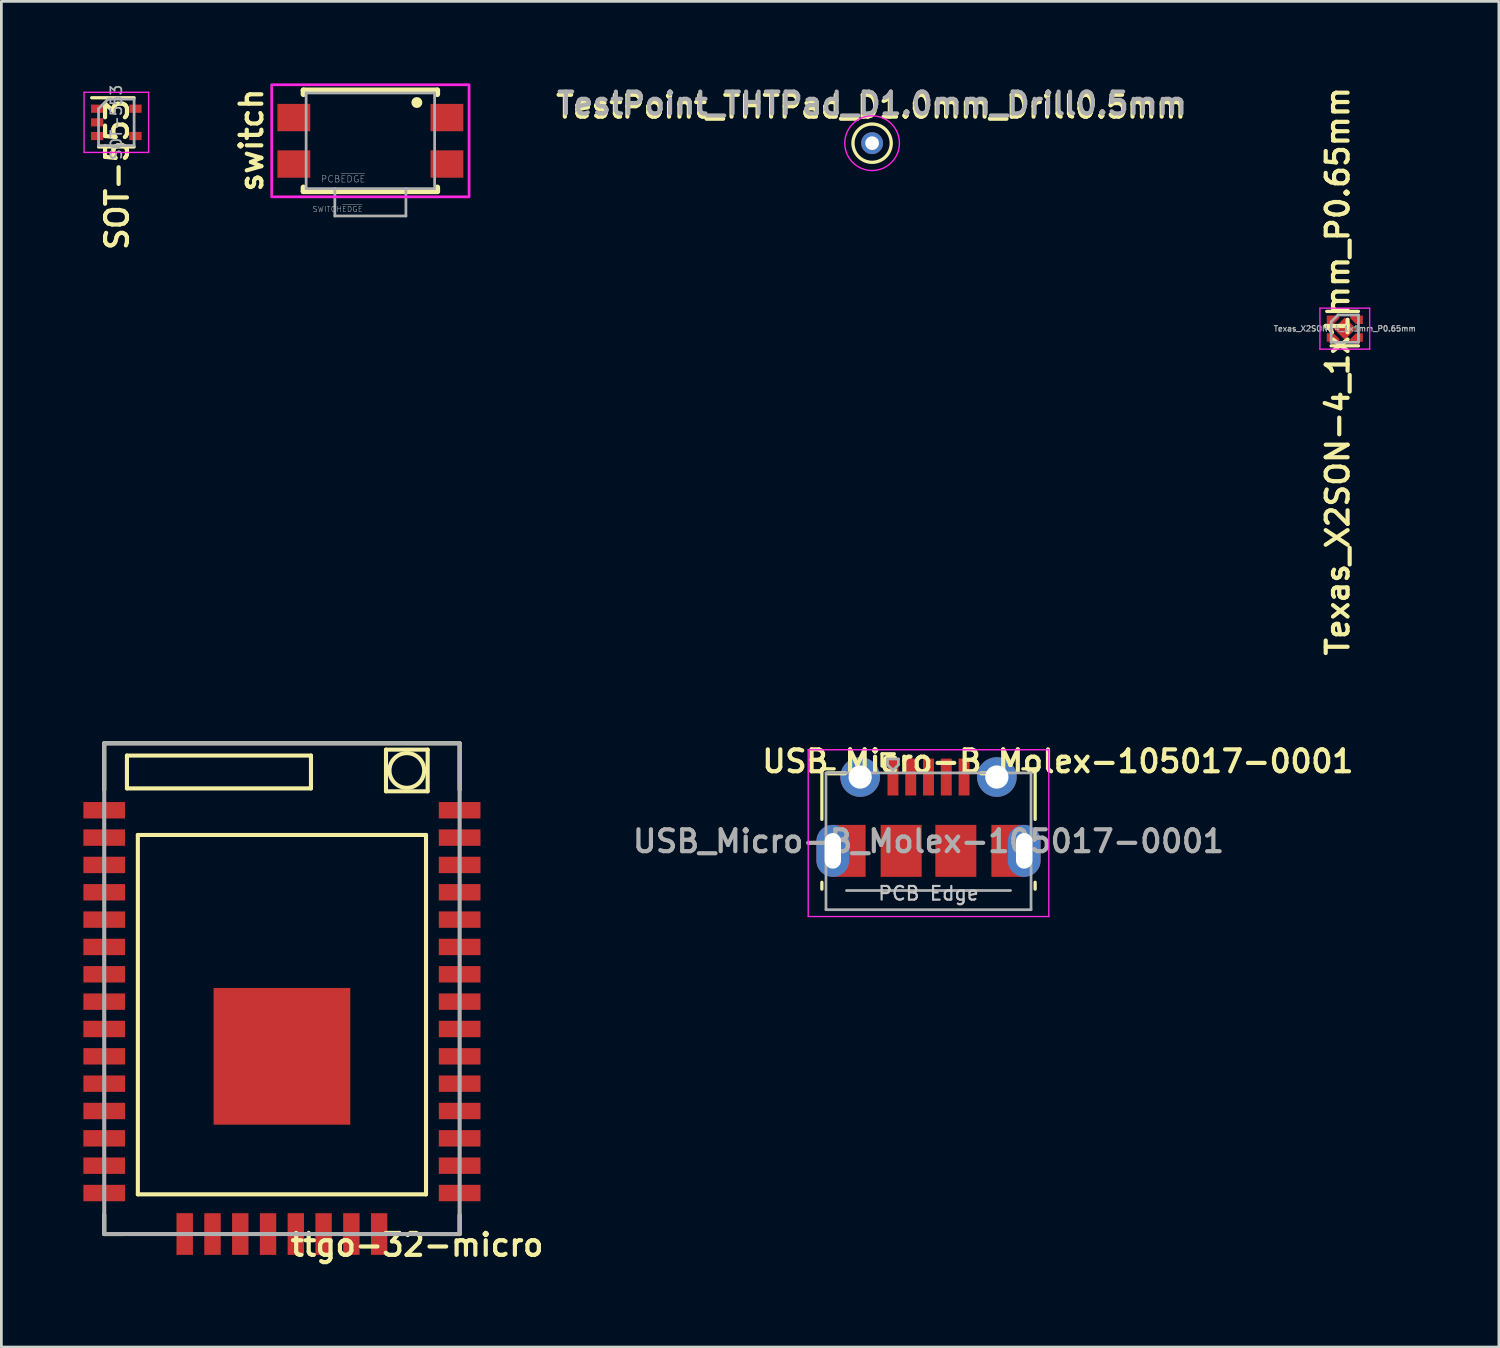
<source format=kicad_pcb>
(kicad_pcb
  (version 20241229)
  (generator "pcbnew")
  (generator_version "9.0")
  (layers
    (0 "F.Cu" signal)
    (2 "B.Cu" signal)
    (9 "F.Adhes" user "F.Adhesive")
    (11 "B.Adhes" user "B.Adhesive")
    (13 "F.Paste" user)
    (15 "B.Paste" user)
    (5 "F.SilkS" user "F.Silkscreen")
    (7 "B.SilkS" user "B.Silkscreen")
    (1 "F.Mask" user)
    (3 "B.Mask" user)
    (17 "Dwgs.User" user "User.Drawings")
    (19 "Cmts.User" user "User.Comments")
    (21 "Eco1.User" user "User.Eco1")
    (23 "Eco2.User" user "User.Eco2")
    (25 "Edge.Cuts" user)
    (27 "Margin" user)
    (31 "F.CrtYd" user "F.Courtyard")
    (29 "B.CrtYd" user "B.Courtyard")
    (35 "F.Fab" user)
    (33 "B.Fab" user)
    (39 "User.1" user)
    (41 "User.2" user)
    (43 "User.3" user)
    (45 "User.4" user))
  (footprint "switch"
    (layer "F.Cu")
    (at 10.497 2.1)
    (property "Reference" "switch" (at -4.35 -0.025 90) (layer "F.SilkS") (effects (font (size 0.8 0.8) (thickness 0.153))))
    (attr through_hole)
    (fp_line (start -2.45 -1.85) (end 2.45 -1.85) (stroke (width 0.2) (type solid)) (layer "F.SilkS"))
    (fp_line (start -2.45 -1.7) (end -2.45 -1.85) (stroke (width 0.2) (type solid)) (layer "F.SilkS"))
    (fp_line (start -2.45 1.7) (end -2.45 1.85) (stroke (width 0.2) (type solid)) (layer "F.SilkS"))
    (fp_line (start -2.45 1.85) (end 2.45 1.85) (stroke (width 0.2) (type solid)) (layer "F.SilkS"))
    (fp_line (start 2.45 -1.85) (end 2.45 -1.7) (stroke (width 0.2) (type solid)) (layer "F.SilkS"))
    (fp_line (start 2.45 1.85) (end 2.45 1.7) (stroke (width 0.2) (type solid)) (layer "F.SilkS"))
    (fp_circle (center 1.7 -1.4) (end 1.8 -1.4) (stroke (width 0.2) (type solid)) (fill no) (layer "F.SilkS"))
    (fp_poly (pts (xy -3.61 -2.05) (xy 3.61 -2.05) (xy 3.61 2.05) (xy -3.61 2.05)) (stroke (width 0.1) (type solid)) (fill no) (layer "F.CrtYd"))
    (fp_line (start -2.35 -1.75) (end -2.35 1.75) (stroke (width 0.1) (type solid)) (layer "F.Fab"))
    (fp_line (start -1.3 1.75) (end -1.3 2.75) (stroke (width 0.1) (type solid)) (layer "F.Fab"))
    (fp_line (start -1.3 2.75) (end 1.3 2.75) (stroke (width 0.1) (type solid)) (layer "F.Fab"))
    (fp_line (start 1.3 2.75) (end 1.3 1.75) (stroke (width 0.1) (type solid)) (layer "F.Fab"))
    (fp_line (start 2.35 -1.75) (end -2.35 -1.75) (stroke (width 0.1) (type solid)) (layer "F.Fab"))
    (fp_line (start 2.35 1.75) (end -2.35 1.75) (stroke (width 0.1) (type solid)) (layer "F.Fab"))
    (fp_line (start 2.35 1.75) (end 2.35 -1.75) (stroke (width 0.1) (type solid)) (layer "F.Fab"))
    (fp_text user "SWITCH~{EDGE}" (at -1.2 2.5 0) (layer "Dwgs.User") (effects (font (size 0.2 0.2) (thickness 0.015))))
    (fp_text user "PCB~{EDGE}" (at -1 1.4 0) (layer "Dwgs.User") (effects (font (size 0.24 0.24) (thickness 0.015))))
    (pad "1" smd rect (at 2.8 -0.85) (size 1.2 1) (layers "F.Cu" "F.Mask" "F.Paste"))
    (pad "2" smd rect (at 2.8 0.85) (size 1.2 1) (layers "F.Cu" "F.Mask" "F.Paste"))
    (pad "3" smd rect (at -2.8 -0.85) (size 1.2 1) (layers "F.Cu" "F.Mask" "F.Paste"))
    (pad "4" smd rect (at -2.8 0.85) (size 1.2 1) (layers "F.Cu" "F.Mask" "F.Paste")))
  (footprint "USB_Micro-B_Molex-105017-0001"
    (layer "F.Cu")
    (at 30.911 26.833)
    (property "Reference" "USB_Micro-B_Molex-105017-0001" (at 4.732 -2.036 0) (layer "F.SilkS") (effects (font (size 0.8 0.8) (thickness 0.153))))
    (attr smd)
    (fp_line (start -3.9 -1.762) (end -3.45 -1.762) (stroke (width 0.12) (type solid)) (layer "F.SilkS"))
    (fp_line (start -3.9 0.087) (end -3.9 -1.762) (stroke (width 0.12) (type solid)) (layer "F.SilkS"))
    (fp_line (start -3.9 2.638) (end -3.9 2.388) (stroke (width 0.12) (type solid)) (layer "F.SilkS"))
    (fp_line (start -1.7 -2.312) (end -1.7 -1.863) (stroke (width 0.12) (type solid)) (layer "F.SilkS"))
    (fp_line (start -1.7 -2.312) (end -1.25 -2.312) (stroke (width 0.12) (type solid)) (layer "F.SilkS"))
    (fp_line (start 3.9 -1.762) (end 3.45 -1.762) (stroke (width 0.12) (type solid)) (layer "F.SilkS"))
    (fp_line (start 3.9 0.087) (end 3.9 -1.762) (stroke (width 0.12) (type solid)) (layer "F.SilkS"))
    (fp_line (start 3.9 2.638) (end 3.9 2.388) (stroke (width 0.12) (type solid)) (layer "F.SilkS"))
    (fp_line (start -4.4 -2.46) (end 4.4 -2.46) (stroke (width 0.05) (type solid)) (layer "F.CrtYd"))
    (fp_line (start -4.4 3.64) (end -4.4 -2.46) (stroke (width 0.05) (type solid)) (layer "F.CrtYd"))
    (fp_line (start -4.4 3.64) (end 4.4 3.64) (stroke (width 0.05) (type solid)) (layer "F.CrtYd"))
    (fp_line (start 4.4 -2.46) (end 4.4 3.64) (stroke (width 0.05) (type solid)) (layer "F.CrtYd"))
    (fp_line (start -3.75 -1.613) (end 3.75 -1.613) (stroke (width 0.1) (type solid)) (layer "F.Fab"))
    (fp_line (start -3.75 3.388) (end -3.75 -1.613) (stroke (width 0.1) (type solid)) (layer "F.Fab"))
    (fp_line (start -3.75 3.389) (end 3.75 3.389) (stroke (width 0.1) (type solid)) (layer "F.Fab"))
    (fp_line (start -3 2.689) (end 3 2.689) (stroke (width 0.1) (type solid)) (layer "F.Fab"))
    (fp_line (start -1.5 -2.123) (end -1.5 -1.913) (stroke (width 0.1) (type solid)) (layer "F.Fab"))
    (fp_line (start -1.5 -2.123) (end -1.1 -2.123) (stroke (width 0.1) (type solid)) (layer "F.Fab"))
    (fp_line (start -1.3 -1.712) (end -1.5 -1.913) (stroke (width 0.1) (type solid)) (layer "F.Fab"))
    (fp_line (start -1.1 -2.123) (end -1.1 -1.913) (stroke (width 0.1) (type solid)) (layer "F.Fab"))
    (fp_line (start -1.1 -1.913) (end -1.3 -1.712) (stroke (width 0.1) (type solid)) (layer "F.Fab"))
    (fp_line (start 3.75 3.388) (end 3.75 -1.613) (stroke (width 0.1) (type solid)) (layer "F.Fab"))
    (fp_text user "PCB Edge" (at 0 2.794 0) (layer "Dwgs.User") (effects (font (size 0.5 0.5) (thickness 0.08))))
    (fp_text user "${REFERENCE}" (at 0 0.887 0) (layer "F.Fab") (effects (font (size 0.8 0.8) (thickness 0.153))))
    (pad "1" smd rect (at -1.3 -1.462) (size 0.4 1.35) (layers "F.Cu" "F.Mask" "F.Paste"))
    (pad "2" smd rect (at -0.65 -1.462) (size 0.4 1.35) (layers "F.Cu" "F.Mask" "F.Paste"))
    (pad "3" smd rect (at 0 -1.462) (size 0.4 1.35) (layers "F.Cu" "F.Mask" "F.Paste"))
    (pad "4" smd rect (at 0.65 -1.462) (size 0.4 1.35) (layers "F.Cu" "F.Mask" "F.Paste"))
    (pad "5" smd rect (at 1.3 -1.462) (size 0.4 1.35) (layers "F.Cu" "F.Mask" "F.Paste"))
    (pad "6" thru_hole oval (at -3.5 1.238 180) (size 1.2 1.9) (drill oval 0.6 1.3) (layers "*.Cu" "*.Mask"))
    (pad "6" smd rect (at -2.9 1.238) (size 1.2 1.9) (layers "F.Cu" "F.Mask"))
    (pad "6" thru_hole circle (at -2.5 -1.462) (size 1.45 1.45) (drill 0.85) (layers "*.Cu" "*.Mask"))
    (pad "6" smd rect (at -1 1.238) (size 1.5 1.9) (layers "F.Cu" "F.Mask" "F.Paste"))
    (pad "6" smd rect (at 1 1.238) (size 1.5 1.9) (layers "F.Cu" "F.Mask" "F.Paste"))
    (pad "6" thru_hole circle (at 2.5 -1.462) (size 1.45 1.45) (drill 0.85) (layers "*.Cu" "*.Mask"))
    (pad "6" smd rect (at 2.9 1.238) (size 1.2 1.9) (layers "F.Cu" "F.Mask"))
    (pad "6" thru_hole oval (at 3.5 1.238) (size 1.2 1.9) (drill oval 0.6 1.3) (layers "*.Cu" "*.Mask")))
  (footprint "TestPoint_THTPad_D1.0mm_Drill0.5mm"
    (layer "F.Cu")
    (at 28.848 2.187)
    (property "Reference" "TestPoint_THTPad_D1.0mm_Drill0.5mm" (at -0.037 -1.333 0) (layer "F.SilkS") (effects (font (size 0.8 0.8) (thickness 0.153))))
    (attr exclude_from_pos_files exclude_from_bom)
    (fp_circle (center 0 0) (end 0 0.7) (stroke (width 0.12) (type solid)) (fill no) (layer "F.SilkS"))
    (fp_circle (center 0 0) (end 1 0) (stroke (width 0.05) (type solid)) (fill no) (layer "F.CrtYd"))
    (fp_text user "${REFERENCE}" (at 0 -1.45 0) (layer "F.Fab") (effects (font (size 0.8 0.8) (thickness 0.153))))
    (pad "1" thru_hole circle (at 0 0) (size 0.8 0.8) (drill 0.5) (layers "*.Cu" "*.Mask")))
  (footprint "ttgo-32-micro"
    (layer "F.Cu")
    (at 7.262 33.586)
    (property "Reference" "ttgo-32-micro" (at 4.94 8.898 180) (layer "F.SilkS") (effects (font (size 0.8 0.8) (thickness 0.153))))
    (attr through_hole)
    (fp_line (start -6.5 -9.45) (end 6.5 -9.45) (stroke (width 0.15) (type solid)) (layer "F.SilkS"))
    (fp_line (start -6.5 -7.75) (end -6.5 -9.45) (stroke (width 0.15) (type solid)) (layer "F.SilkS"))
    (fp_line (start -6.5 7.8) (end -6.5 8.5) (stroke (width 0.15) (type solid)) (layer "F.SilkS"))
    (fp_line (start -5.8 8.5) (end -6.5 8.5) (stroke (width 0.15) (type solid)) (layer "F.SilkS"))
    (fp_line (start -5.669 -9) (end -5.669 -7.8) (stroke (width 0.15) (type solid)) (layer "F.SilkS"))
    (fp_line (start -5.669 -7.8) (end 1.062 -7.8) (stroke (width 0.15) (type solid)) (layer "F.SilkS"))
    (fp_line (start -5.27 -6.096) (end 5.27 -6.096) (stroke (width 0.15) (type solid)) (layer "F.SilkS"))
    (fp_line (start -5.27 7.048) (end -5.27 -6.096) (stroke (width 0.15) (type solid)) (layer "F.SilkS"))
    (fp_line (start 1.062 -9) (end -5.669 -9) (stroke (width 0.15) (type solid)) (layer "F.SilkS"))
    (fp_line (start 1.062 -7.8) (end 1.062 -9) (stroke (width 0.15) (type solid)) (layer "F.SilkS"))
    (fp_line (start 3.806 -9.217) (end 5.33 -9.217) (stroke (width 0.15) (type solid)) (layer "F.SilkS"))
    (fp_line (start 3.806 -7.693) (end 3.806 -9.217) (stroke (width 0.15) (type solid)) (layer "F.SilkS"))
    (fp_line (start 5.27 -6.096) (end 5.27 7.048) (stroke (width 0.15) (type solid)) (layer "F.SilkS"))
    (fp_line (start 5.27 7.048) (end -5.27 7.048) (stroke (width 0.15) (type solid)) (layer "F.SilkS"))
    (fp_line (start 5.33 -9.217) (end 5.33 -7.693) (stroke (width 0.15) (type solid)) (layer "F.SilkS"))
    (fp_line (start 5.33 -7.693) (end 3.806 -7.693) (stroke (width 0.15) (type solid)) (layer "F.SilkS"))
    (fp_line (start 5.8 8.5) (end 6.5 8.5) (stroke (width 0.15) (type solid)) (layer "F.SilkS"))
    (fp_line (start 6.5 -7.75) (end 6.5 -9.45) (stroke (width 0.15) (type solid)) (layer "F.SilkS"))
    (fp_line (start 6.5 7.8) (end 6.5 8.5) (stroke (width 0.15) (type solid)) (layer "F.SilkS"))
    (fp_circle (center 4.568 -8.455) (end 5.076 -8.074) (stroke (width 0.15) (type solid)) (fill no) (layer "F.SilkS"))
    (fp_poly (pts (xy -0.2 1.8) (xy -2 1.8) (xy -2 0) (xy -0.2 0)) (stroke (width 0.1) (type solid)) (fill yes) (layer "F.Paste"))
    (fp_poly (pts (xy -0.2 4.1) (xy -2 4.1) (xy -2 2.3) (xy -0.2 2.3)) (stroke (width 0.1) (type solid)) (fill yes) (layer "F.Paste"))
    (fp_poly (pts (xy 2.1 1.8) (xy 0.3 1.8) (xy 0.3 0) (xy 2.1 0)) (stroke (width 0.1) (type solid)) (fill yes) (layer "F.Paste"))
    (fp_poly (pts (xy 2.1 4.1) (xy 0.3 4.1) (xy 0.3 2.3) (xy 2.1 2.3)) (stroke (width 0.1) (type solid)) (fill yes) (layer "F.Paste"))
    (fp_line (start -6.5 -9.45) (end -6.5 8.5) (stroke (width 0.15) (type solid)) (layer "F.Fab"))
    (fp_line (start -6.5 -9.45) (end 6.5 -9.45) (stroke (width 0.15) (type solid)) (layer "F.Fab"))
    (fp_line (start -6.5 8.5) (end 6.5 8.5) (stroke (width 0.15) (type solid)) (layer "F.Fab"))
    (fp_line (start 6.5 -9.45) (end 6.5 8.5) (stroke (width 0.15) (type solid)) (layer "F.Fab"))
    (pad "1" smd rect (at -6.5 -7) (size 1.524 0.6) (layers "F.Cu" "F.Mask" "F.Paste"))
    (pad "2" smd rect (at -6.5 -6) (size 1.524 0.6) (layers "F.Cu" "F.Mask" "F.Paste"))
    (pad "3" smd rect (at -6.5 -5) (size 1.524 0.6) (layers "F.Cu" "F.Mask" "F.Paste"))
    (pad "4" smd rect (at -6.5 -4) (size 1.524 0.6) (layers "F.Cu" "F.Mask" "F.Paste"))
    (pad "5" smd rect (at -6.5 -3) (size 1.524 0.6) (layers "F.Cu" "F.Mask" "F.Paste"))
    (pad "6" smd rect (at -6.5 -2) (size 1.524 0.6) (layers "F.Cu" "F.Mask" "F.Paste"))
    (pad "7" smd rect (at -6.5 -1) (size 1.524 0.6) (layers "F.Cu" "F.Mask" "F.Paste"))
    (pad "8" smd rect (at -6.5 0) (size 1.524 0.6) (layers "F.Cu" "F.Mask" "F.Paste"))
    (pad "9" smd rect (at -6.5 1) (size 1.524 0.6) (layers "F.Cu" "F.Mask" "F.Paste"))
    (pad "10" smd rect (at -6.5 2) (size 1.524 0.6) (layers "F.Cu" "F.Mask" "F.Paste"))
    (pad "11" smd rect (at -6.5 3) (size 1.524 0.6) (layers "F.Cu" "F.Mask" "F.Paste"))
    (pad "12" smd rect (at -6.5 4) (size 1.524 0.6) (layers "F.Cu" "F.Mask" "F.Paste"))
    (pad "13" smd rect (at -6.5 5) (size 1.524 0.6) (layers "F.Cu" "F.Mask" "F.Paste"))
    (pad "14" smd rect (at -6.5 6) (size 1.524 0.6) (layers "F.Cu" "F.Mask" "F.Paste"))
    (pad "15" smd rect (at -6.5 7) (size 1.524 0.6) (layers "F.Cu" "F.Mask" "F.Paste"))
    (pad "16" smd rect (at -3.556 8.5 90) (size 1.524 0.6) (layers "F.Cu" "F.Mask" "F.Paste"))
    (pad "17" smd rect (at -2.54 8.5 90) (size 1.524 0.6) (layers "F.Cu" "F.Mask" "F.Paste"))
    (pad "18" smd rect (at -1.524 8.5 90) (size 1.524 0.6) (layers "F.Cu" "F.Mask" "F.Paste"))
    (pad "19" smd rect (at -0.508 8.5 90) (size 1.524 0.6) (layers "F.Cu" "F.Mask" "F.Paste"))
    (pad "20" smd rect (at 0.508 8.5 90) (size 1.524 0.6) (layers "F.Cu" "F.Mask" "F.Paste"))
    (pad "21" smd rect (at 1.524 8.5 90) (size 1.524 0.6) (layers "F.Cu" "F.Mask" "F.Paste"))
    (pad "22" smd rect (at 2.54 8.5 90) (size 1.524 0.6) (layers "F.Cu" "F.Mask" "F.Paste"))
    (pad "23" smd rect (at 3.556 8.5 90) (size 1.524 0.6) (layers "F.Cu" "F.Mask" "F.Paste"))
    (pad "24" smd rect (at 6.5 7) (size 1.524 0.6) (layers "F.Cu" "F.Mask" "F.Paste"))
    (pad "25" smd rect (at 6.5 6) (size 1.524 0.6) (layers "F.Cu" "F.Mask" "F.Paste"))
    (pad "26" smd rect (at 6.5 5) (size 1.524 0.6) (layers "F.Cu" "F.Mask" "F.Paste"))
    (pad "27" smd rect (at 6.5 4) (size 1.524 0.6) (layers "F.Cu" "F.Mask" "F.Paste"))
    (pad "28" smd rect (at 6.5 3) (size 1.524 0.6) (layers "F.Cu" "F.Mask" "F.Paste"))
    (pad "29" smd rect (at 6.5 2) (size 1.524 0.6) (layers "F.Cu" "F.Mask" "F.Paste"))
    (pad "30" smd rect (at 6.5 1) (size 1.524 0.6) (layers "F.Cu" "F.Mask" "F.Paste"))
    (pad "31" smd rect (at 6.5 0) (size 1.524 0.6) (layers "F.Cu" "F.Mask" "F.Paste"))
    (pad "32" smd rect (at 6.5 -1) (size 1.524 0.6) (layers "F.Cu" "F.Mask" "F.Paste"))
    (pad "33" smd rect (at 6.5 -2) (size 1.524 0.6) (layers "F.Cu" "F.Mask" "F.Paste"))
    (pad "34" smd rect (at 6.5 -3) (size 1.524 0.6) (layers "F.Cu" "F.Mask" "F.Paste"))
    (pad "35" smd rect (at 6.5 -4) (size 1.524 0.6) (layers "F.Cu" "F.Mask" "F.Paste"))
    (pad "36" smd rect (at 6.5 -5) (size 1.524 0.6) (layers "F.Cu" "F.Mask" "F.Paste"))
    (pad "37" smd rect (at 6.5 -6) (size 1.524 0.6) (layers "F.Cu" "F.Mask" "F.Paste"))
    (pad "38" smd rect (at 6.5 -7) (size 1.524 0.6) (layers "F.Cu" "F.Mask" "F.Paste"))
    (pad "EP" smd rect (at 0 2) (size 5 5) (layers "F.Cu" "F.Mask")))
  (footprint "SOT-553"
    (layer "F.Cu")
    (at 1.205 1.425)
    (property "Reference" "SOT-553" (at 0.026 1.909 90) (layer "F.SilkS") (effects (font (size 0.8 0.8) (thickness 0.153))))
    (attr smd)
    (fp_line (start -0.9 -0.9) (end 0.65 -0.9) (stroke (width 0.12) (type solid)) (layer "F.SilkS"))
    (fp_line (start 0.65 0.9) (end -0.65 0.9) (stroke (width 0.12) (type solid)) (layer "F.SilkS"))
    (fp_line (start -1.18 -1.1) (end -1.18 1.1) (stroke (width 0.05) (type solid)) (layer "F.CrtYd"))
    (fp_line (start -1.18 -1.1) (end 1.18 -1.1) (stroke (width 0.05) (type solid)) (layer "F.CrtYd"))
    (fp_line (start 1.18 1.1) (end -1.18 1.1) (stroke (width 0.05) (type solid)) (layer "F.CrtYd"))
    (fp_line (start 1.18 1.1) (end 1.18 -1.1) (stroke (width 0.05) (type solid)) (layer "F.CrtYd"))
    (fp_line (start -0.65 -0.5) (end -0.65 0.85) (stroke (width 0.1) (type solid)) (layer "F.Fab"))
    (fp_line (start -0.65 -0.5) (end -0.3 -0.85) (stroke (width 0.1) (type solid)) (layer "F.Fab"))
    (fp_line (start -0.65 0.85) (end 0.65 0.85) (stroke (width 0.1) (type solid)) (layer "F.Fab"))
    (fp_line (start 0.65 -0.85) (end -0.3 -0.85) (stroke (width 0.1) (type solid)) (layer "F.Fab"))
    (fp_line (start 0.65 0.85) (end 0.65 -0.85) (stroke (width 0.1) (type solid)) (layer "F.Fab"))
    (fp_text user "${REFERENCE}" (at 0 0 270) (layer "F.Fab") (effects (font (size 0.4 0.4) (thickness 0.062))))
    (pad "1" smd rect (at -0.7 -0.5) (size 0.45 0.3) (layers "F.Cu" "F.Mask" "F.Paste"))
    (pad "2" smd rect (at -0.7 0) (size 0.45 0.3) (layers "F.Cu" "F.Mask" "F.Paste"))
    (pad "3" smd rect (at -0.7 0.5) (size 0.45 0.3) (layers "F.Cu" "F.Mask" "F.Paste"))
    (pad "4" smd rect (at 0.7 0.5) (size 0.45 0.3) (layers "F.Cu" "F.Mask" "F.Paste"))
    (pad "5" smd rect (at 0.7 -0.5) (size 0.45 0.3) (layers "F.Cu" "F.Mask" "F.Paste")))
  (footprint "Texas_X2SON-4_1x1mm_P0.65mm"
    (layer "F.Cu")
    (at 46.137 8.97)
    (property "Reference" "Texas_X2SON-4_1x1mm_P0.65mm" (at -0.26 1.56 270) (layer "F.SilkS") (effects (font (size 0.8 0.8) (thickness 0.153))))
    (attr smd)
    (fp_line (start -0.66 -0.63) (end 0.5 -0.63) (stroke (width 0.12) (type solid)) (layer "F.SilkS"))
    (fp_line (start -0.5 0.63) (end 0.5 0.63) (stroke (width 0.12) (type solid)) (layer "F.SilkS"))
    (fp_line (start -0.91 -0.75) (end 0.91 -0.75) (stroke (width 0.05) (type solid)) (layer "F.CrtYd"))
    (fp_line (start -0.91 0.75) (end -0.91 -0.75) (stroke (width 0.05) (type solid)) (layer "F.CrtYd"))
    (fp_line (start 0.91 -0.75) (end 0.91 0.75) (stroke (width 0.05) (type solid)) (layer "F.CrtYd"))
    (fp_line (start 0.91 0.75) (end -0.91 0.75) (stroke (width 0.05) (type solid)) (layer "F.CrtYd"))
    (fp_line (start -0.5 -0.25) (end -0.25 -0.5) (stroke (width 0.1) (type solid)) (layer "F.Fab"))
    (fp_line (start -0.5 0.5) (end -0.5 -0.25) (stroke (width 0.1) (type solid)) (layer "F.Fab"))
    (fp_line (start -0.25 -0.5) (end 0.5 -0.5) (stroke (width 0.1) (type solid)) (layer "F.Fab"))
    (fp_line (start 0.5 -0.5) (end 0.5 0.5) (stroke (width 0.1) (type solid)) (layer "F.Fab"))
    (fp_line (start 0.5 0.5) (end -0.5 0.5) (stroke (width 0.1) (type solid)) (layer "F.Fab"))
    (fp_text user "${REFERENCE}" (at 0 0 180) (layer "F.Fab") (effects (font (size 0.2 0.2) (thickness 0.04))))
    (pad "" smd custom (at -0.43 -0.325) (size 0.148 0.148) (layers "F.Mask") (options (anchor circle)) (primitives (gr_poly (pts (xy 0.18 -0.105) (xy 0.18 -0.075) (xy 0 0.105) (xy 0.18 -0.075) (xy 0 0.105) (xy -0.18 0.105) (xy -0.18 -0.105)) (width 0) (fill yes))))
    (pad "" smd custom (at -0.43 -0.325) (size 0.148 0.148) (layers "F.Paste") (options (anchor circle)) (primitives (gr_poly (pts (xy 0 0.105) (xy 0.18 -0.075) (xy 0.18 -0.105) (xy -0.22 -0.105) (xy -0.22 0.105)) (width 0) (fill yes))))
    (pad "" smd custom (at -0.43 0.325) (size 0.148 0.148) (layers "F.Mask") (options (anchor circle)) (primitives (gr_poly (pts (xy 0.18 0.105) (xy 0.18 0.075) (xy 0 -0.105) (xy 0.18 0.075) (xy 0 -0.105) (xy -0.18 -0.105) (xy -0.18 0.105)) (width 0) (fill yes))))
    (pad "" smd custom (at -0.43 0.325) (size 0.148 0.148) (layers "F.Paste") (options (anchor circle)) (primitives (gr_poly (pts (xy 0.18 0.075) (xy 0.18 0.105) (xy -0.22 0.105) (xy -0.22 -0.105) (xy 0 -0.105)) (width 0) (fill yes))))
    (pad "" smd custom (at 0.43 -0.325) (size 0.148 0.148) (layers "F.Mask") (options (anchor circle)) (primitives (gr_poly (pts (xy -0.18 -0.105) (xy -0.18 -0.075) (xy 0 0.105) (xy -0.18 -0.075) (xy 0 0.105) (xy 0.18 0.105) (xy 0.18 -0.105)) (width 0) (fill yes))))
    (pad "" smd custom (at 0.43 -0.325) (size 0.148 0.148) (layers "F.Paste") (options (anchor circle)) (primitives (gr_poly (pts (xy 0.22 -0.105) (xy 0.22 0.105) (xy 0 0.105) (xy -0.18 -0.075) (xy -0.18 -0.105)) (width 0) (fill yes))))
    (pad "" smd custom (at 0.43 0.325) (size 0.148 0.148) (layers "F.Mask") (options (anchor circle)) (primitives (gr_poly (pts (xy -0.18 0.105) (xy -0.18 0.075) (xy 0 -0.105) (xy -0.18 0.075) (xy 0 -0.105) (xy 0.18 -0.105) (xy 0.18 0.105)) (width 0) (fill yes))))
    (pad "" smd custom (at 0.43 0.325) (size 0.148 0.148) (layers "F.Paste") (options (anchor circle)) (primitives (gr_poly (pts (xy 0 -0.105) (xy -0.18 0.075) (xy -0.18 0.105) (xy 0.22 0.105) (xy 0.22 -0.105)) (width 0) (fill yes))))
    (pad "1" smd custom (at -0.43 -0.325) (size 0.148 0.148) (layers "F.Cu") (options (anchor circle)) (primitives (gr_poly (pts (xy 0.23 -0.155) (xy -0.23 -0.155) (xy -0.23 0.155) (xy 0.021 0.155) (xy 0.23 -0.054)) (width 0) (fill yes))))
    (pad "2" smd custom (at -0.43 0.325) (size 0.148 0.148) (layers "F.Cu") (options (anchor circle)) (primitives (gr_poly (pts (xy 0.23 0.054) (xy 0.23 0.155) (xy -0.23 0.155) (xy -0.23 -0.155) (xy 0.021 -0.155)) (width 0) (fill yes))))
    (pad "3" smd custom (at 0.43 0.325) (size 0.148 0.148) (layers "F.Cu") (options (anchor circle)) (primitives (gr_poly (pts (xy 0.23 0.155) (xy 0.23 -0.155) (xy -0.021 -0.155) (xy -0.23 0.054) (xy -0.23 0.155)) (width 0) (fill yes))))
    (pad "4" smd custom (at 0.43 -0.325) (size 0.148 0.148) (layers "F.Cu") (options (anchor circle)) (primitives (gr_poly (pts (xy -0.23 -0.155) (xy 0.23 -0.155) (xy 0.23 0.155) (xy -0.021 0.155) (xy -0.23 -0.054)) (width 0) (fill yes))))
    (pad "5" smd rect (at 0 0 45) (size 0.58 0.58) (layers "F.Cu" "F.Mask" "F.Paste")))
  (gr_rect
    (start -3 -3)
    (end 51.773 46.22)
    (stroke (width 0.1) (type default))
    (fill no)
    (layer "Edge.Cuts")))
</source>
